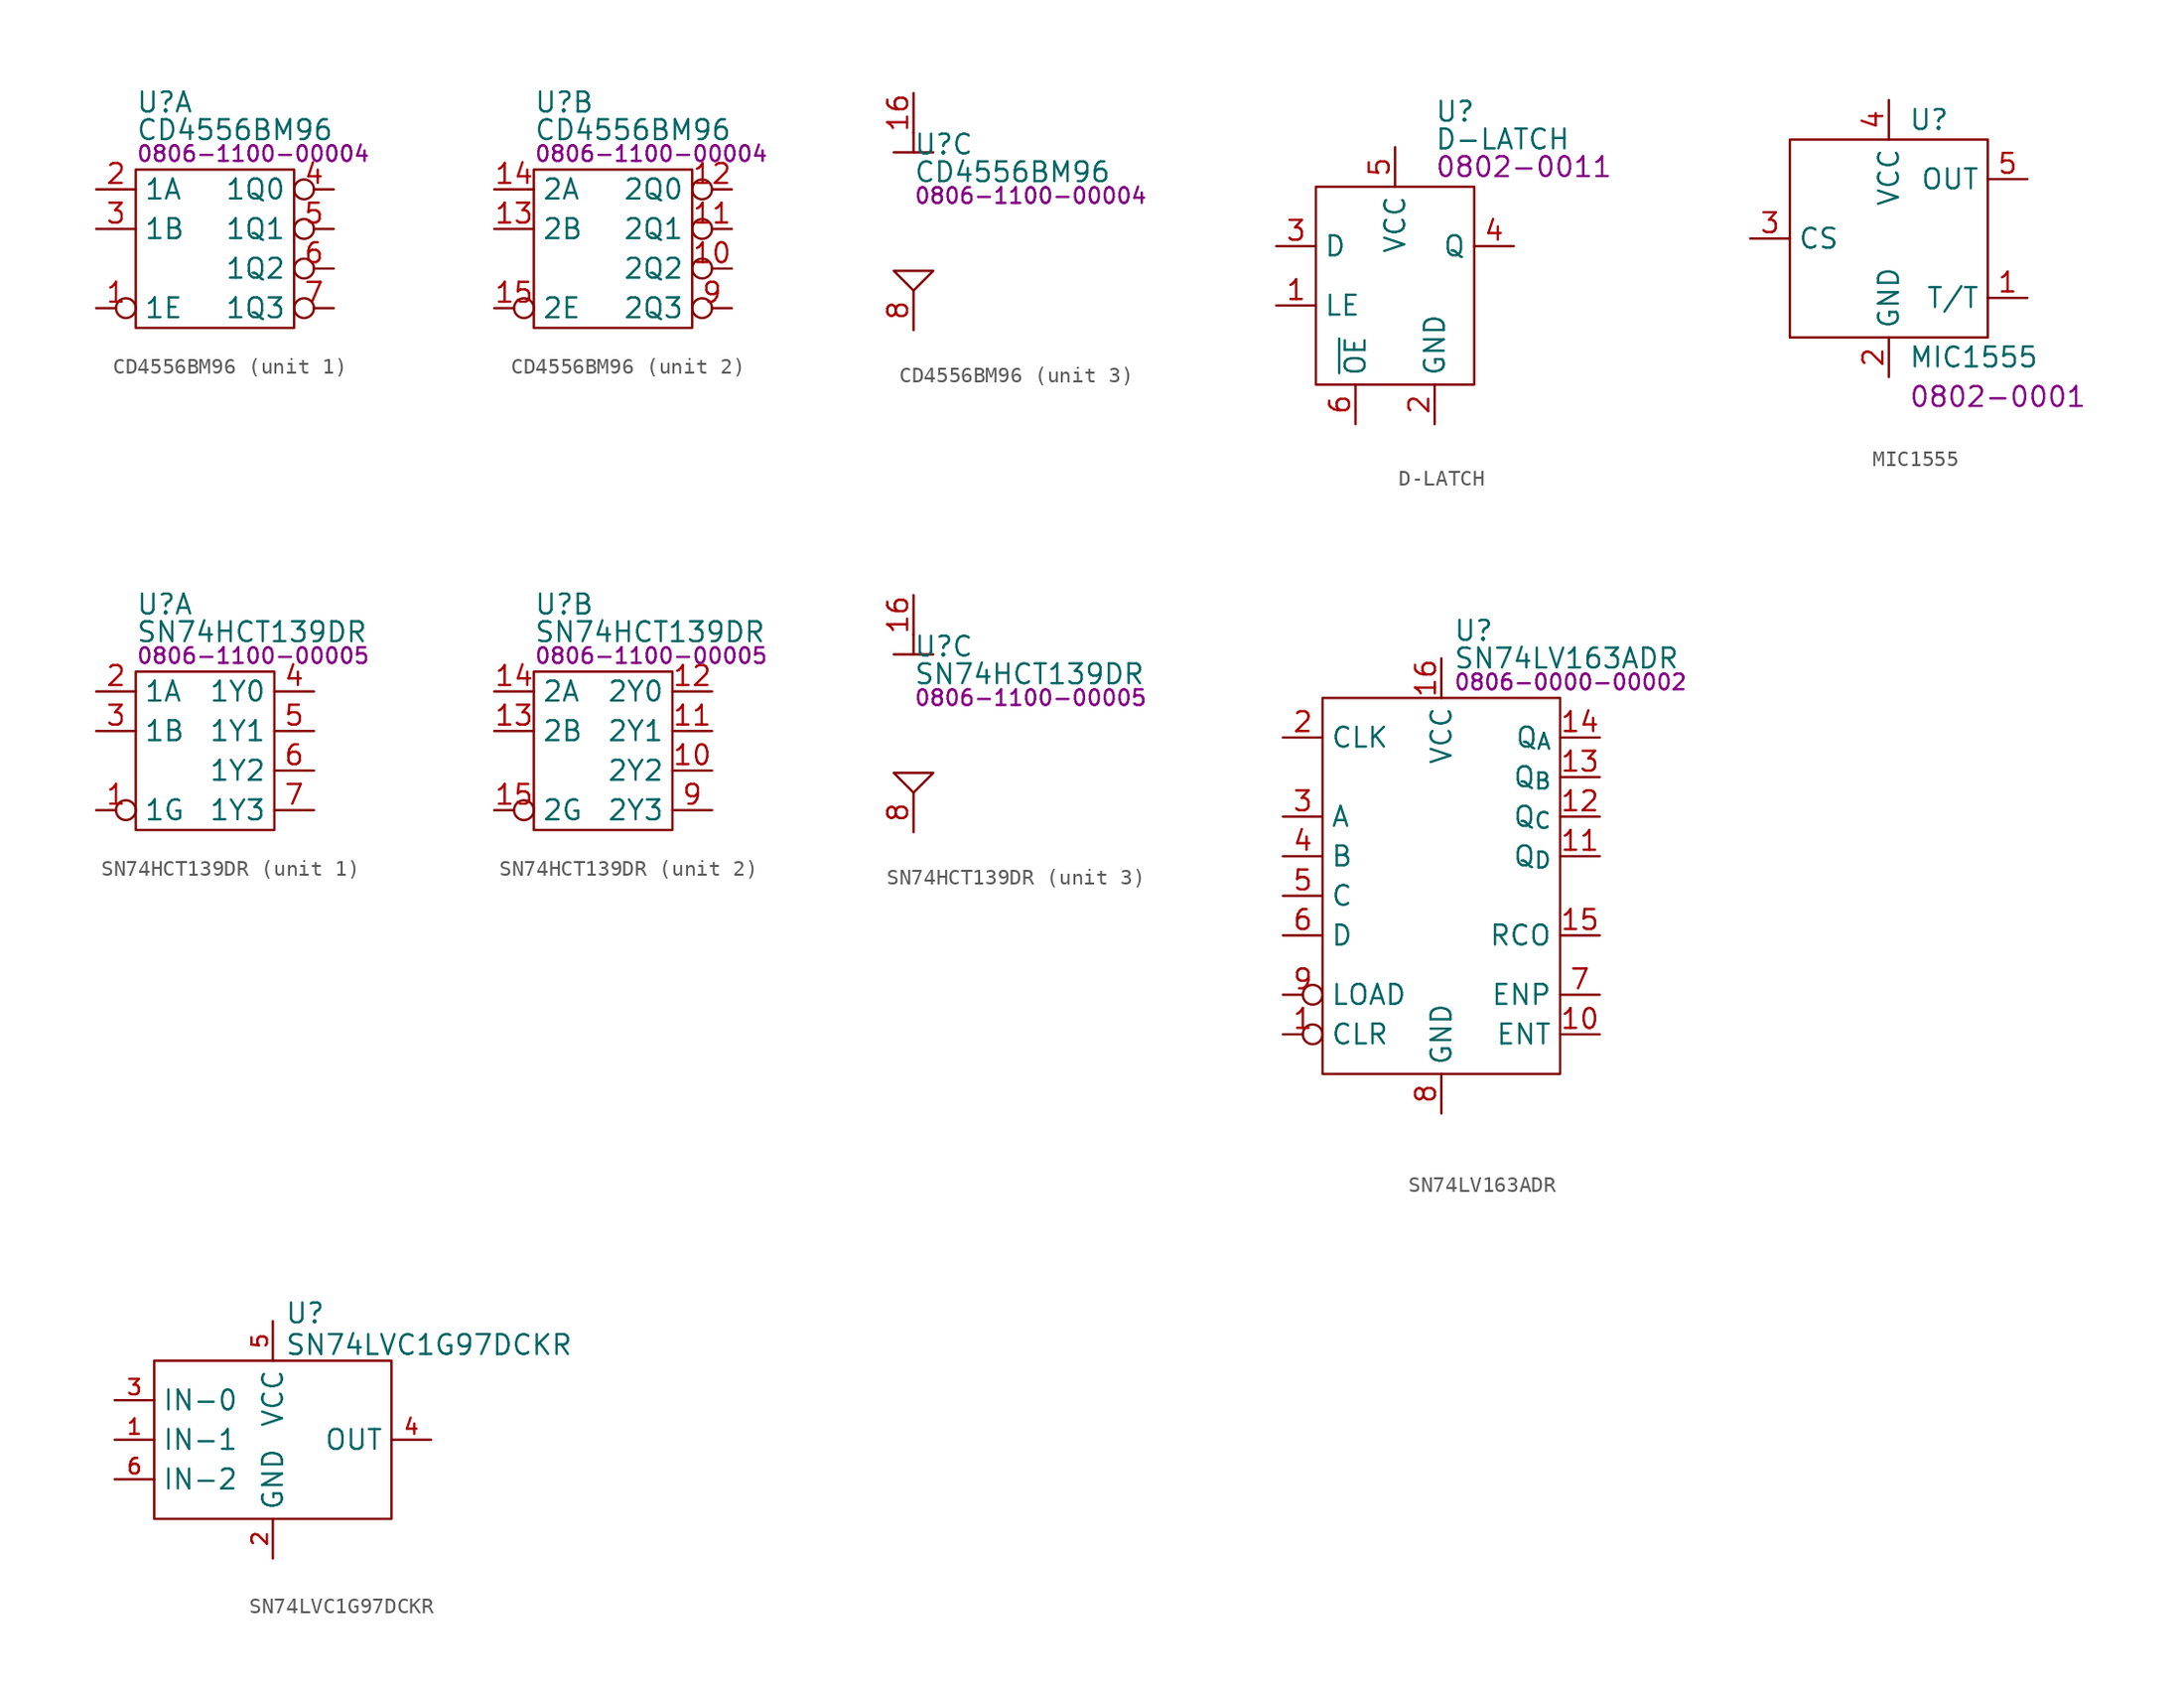
<source format=kicad_sym>
(kicad_symbol_lib
  (version 20231120)
  (generator "kicad_symbol_editor")
  (generator_version "8.0")
  (symbol "CD4556BM96"
    (property "Reference" "U"
      (at 0 4.318 0)
      (effects (font (size 1.27 1.27)) (justify left)))
    (property "Value" "CD4556BM96"
      (at 0 2.54 0)
      (effects (font (size 1.27 1.27)) (justify left)))
    (property "PartNumber" "0806-1100-00004"
      (at 0 1.016 0)
      (effects (font (size 1 1)) (justify left)))
    (property "ki_locked" ""
      (at 0 0 0)
      (effects (font (size 1.27 1.27))))
    (symbol "CD4556BM96_1_0"
      (rectangle (start 0 0) (end 10.16 -10.16) (stroke (width 0) (type default)) (fill (type none)))
      (pin input inverted (at -2.54 -8.89 0) (length 2.54) (name "1E" (effects (font (size 1.27 1.27)))) (number "1" (effects (font (size 1.27 1.27)))))
      (pin input line (at -2.54 -1.27 0) (length 2.54) (name "1A" (effects (font (size 1.27 1.27)))) (number "2" (effects (font (size 1.27 1.27)))))
      (pin input line (at -2.54 -3.81 0) (length 2.54) (name "1B" (effects (font (size 1.27 1.27)))) (number "3" (effects (font (size 1.27 1.27)))))
      (pin output inverted (at 12.7 -1.27 180) (length 2.54) (name "1Q0" (effects (font (size 1.27 1.27)))) (number "4" (effects (font (size 1.27 1.27)))))
      (pin output inverted (at 12.7 -3.81 180) (length 2.54) (name "1Q1" (effects (font (size 1.27 1.27)))) (number "5" (effects (font (size 1.27 1.27)))))
      (pin output inverted (at 12.7 -6.35 180) (length 2.54) (name "1Q2" (effects (font (size 1.27 1.27)))) (number "6" (effects (font (size 1.27 1.27)))))
      (pin output inverted (at 12.7 -8.89 180) (length 2.54) (name "1Q3" (effects (font (size 1.27 1.27)))) (number "7" (effects (font (size 1.27 1.27))))))
    (symbol "CD4556BM96_2_0"
      (rectangle (start 0 0) (end 10.16 -10.16) (stroke (width 0) (type default)) (fill (type none)))
      (pin output inverted (at 12.7 -6.35 180) (length 2.54) (name "2Q2" (effects (font (size 1.27 1.27)))) (number "10" (effects (font (size 1.27 1.27)))))
      (pin output inverted (at 12.7 -3.81 180) (length 2.54) (name "2Q1" (effects (font (size 1.27 1.27)))) (number "11" (effects (font (size 1.27 1.27)))))
      (pin output inverted (at 12.7 -1.27 180) (length 2.54) (name "2Q0" (effects (font (size 1.27 1.27)))) (number "12" (effects (font (size 1.27 1.27)))))
      (pin input line (at -2.54 -3.81 0) (length 2.54) (name "2B" (effects (font (size 1.27 1.27)))) (number "13" (effects (font (size 1.27 1.27)))))
      (pin input line (at -2.54 -1.27 0) (length 2.54) (name "2A" (effects (font (size 1.27 1.27)))) (number "14" (effects (font (size 1.27 1.27)))))
      (pin input inverted (at -2.54 -8.89 0) (length 2.54) (name "2E" (effects (font (size 1.27 1.27)))) (number "15" (effects (font (size 1.27 1.27)))))
      (pin output inverted (at 12.7 -8.89 180) (length 2.54) (name "2Q3" (effects (font (size 1.27 1.27)))) (number "9" (effects (font (size 1.27 1.27))))))
    (symbol "CD4556BM96_3_0"
      (polyline (pts (xy -1.27 3.81) (xy 1.27 3.81)) (stroke (width 0) (type default)) (fill (type none)))
      (polyline (pts (xy 0 5.08) (xy 0 3.81)) (stroke (width 0) (type default)) (fill (type none)))
      (polyline (pts (xy 0 -5.08) (xy -1.27 -3.81) (xy 1.27 -3.81) (xy 0 -5.08)) (stroke (width 0) (type default)) (fill (type none)))
      (pin power_in line (at 0 7.62 270) (length 2.54) (name "~" (effects (font (size 1.27 1.27)))) (number "16" (effects (font (size 1.27 1.27)))))
      (pin power_in line (at 0 -7.62 90) (length 2.54) (name "~" (effects (font (size 1.27 1.27)))) (number "8" (effects (font (size 1.27 1.27)))))))
  (symbol "D-LATCH"
    (property "Reference" "U"
      (at 2.54 11.176 0)
      (effects (font (size 1.27 1.27)) (justify left)))
    (property "Value" "D-LATCH"
      (at 2.54 9.398 0)
      (effects (font (size 1.27 1.27)) (justify left)))
    (property "PartNumber" "0802-0011"
      (at 2.54 7.62 0)
      (effects (font (size 1.27 1.27)) (justify left)))
    (symbol "D-LATCH_0_0"
      (pin input line (at -7.62 -1.27 0) (length 2.54) (name "LE" (effects (font (size 1.27 1.27)))) (number "1" (effects (font (size 1.27 1.27)))))
      (pin power_in line (at 2.54 -8.89 90) (length 2.54) (name "GND" (effects (font (size 1.27 1.27)))) (number "2" (effects (font (size 1.27 1.27)))))
      (pin input line (at -7.62 2.54 0) (length 2.54) (name "D" (effects (font (size 1.27 1.27)))) (number "3" (effects (font (size 1.27 1.27)))))
      (pin output line (at 7.62 2.54 180) (length 2.54) (name "Q" (effects (font (size 1.27 1.27)))) (number "4" (effects (font (size 1.27 1.27)))))
      (pin power_in line (at 0 8.89 270) (length 2.54) (name "VCC" (effects (font (size 1.27 1.27)))) (number "5" (effects (font (size 1.27 1.27)))))
      (pin input line (at -2.54 -8.89 90) (length 2.54) (name "~{OE}" (effects (font (size 1.27 1.27)))) (number "6" (effects (font (size 1.27 1.27))))))
    (symbol "D-LATCH_0_1"
      (rectangle (start -5.08 6.35) (end 5.08 -6.35) (stroke (width 0) (type default)) (fill (type none)))))
  (symbol "MIC1555"
    (property "Reference" "U"
      (at 7.62 1.27 0)
      (effects (font (size 1.27 1.27)) (justify left)))
    (property "Value" "MIC1555"
      (at 7.62 -13.97 0)
      (effects (font (size 1.27 1.27)) (justify left)))
    (property "PartNumber" "0802-0001"
      (at 7.62 -16.51 0)
      (effects (font (size 1.27 1.27)) (justify left)))
    (symbol "MIC1555_0_0"
      (rectangle (start 0 0) (end 12.7 -12.7) (stroke (width 0) (type default)) (fill (type none)))
      (pin tri_state line (at 15.24 -10.16 180) (length 2.54) (name "T/T" (effects (font (size 1.27 1.27)))) (number "1" (effects (font (size 1.27 1.27)))))
      (pin power_in line (at 6.35 -15.24 90) (length 2.54) (name "GND" (effects (font (size 1.27 1.27)))) (number "2" (effects (font (size 1.27 1.27)))))
      (pin input line (at -2.54 -6.35 0) (length 2.54) (name "CS" (effects (font (size 1.27 1.27)))) (number "3" (effects (font (size 1.27 1.27)))))
      (pin power_in line (at 6.35 2.54 270) (length 2.54) (name "VCC" (effects (font (size 1.27 1.27)))) (number "4" (effects (font (size 1.27 1.27)))))
      (pin output line (at 15.24 -2.54 180) (length 2.54) (name "OUT" (effects (font (size 1.27 1.27)))) (number "5" (effects (font (size 1.27 1.27)))))))
  (symbol "SN74HCT139DR"
    (property "Reference" "U"
      (at 0 4.318 0)
      (effects (font (size 1.27 1.27)) (justify left)))
    (property "Value" "SN74HCT139DR"
      (at 0 2.54 0)
      (effects (font (size 1.27 1.27)) (justify left)))
    (property "PartNumber" "0806-1100-00005"
      (at 0 1.016 0)
      (effects (font (size 1 1)) (justify left)))
    (property "ki_locked" ""
      (at 0 0 0)
      (effects (font (size 1.27 1.27))))
    (symbol "SN74HCT139DR_1_0"
      (rectangle (start 0 0) (end 8.89 -10.16) (stroke (width 0) (type default)) (fill (type none)))
      (pin input inverted (at -2.54 -8.89 0) (length 2.54) (name "1G" (effects (font (size 1.27 1.27)))) (number "1" (effects (font (size 1.27 1.27)))))
      (pin input line (at -2.54 -1.27 0) (length 2.54) (name "1A" (effects (font (size 1.27 1.27)))) (number "2" (effects (font (size 1.27 1.27)))))
      (pin input line (at -2.54 -3.81 0) (length 2.54) (name "1B" (effects (font (size 1.27 1.27)))) (number "3" (effects (font (size 1.27 1.27)))))
      (pin output line (at 11.43 -1.27 180) (length 2.54) (name "1Y0" (effects (font (size 1.27 1.27)))) (number "4" (effects (font (size 1.27 1.27)))))
      (pin output line (at 11.43 -3.81 180) (length 2.54) (name "1Y1" (effects (font (size 1.27 1.27)))) (number "5" (effects (font (size 1.27 1.27)))))
      (pin output line (at 11.43 -6.35 180) (length 2.54) (name "1Y2" (effects (font (size 1.27 1.27)))) (number "6" (effects (font (size 1.27 1.27)))))
      (pin output line (at 11.43 -8.89 180) (length 2.54) (name "1Y3" (effects (font (size 1.27 1.27)))) (number "7" (effects (font (size 1.27 1.27))))))
    (symbol "SN74HCT139DR_2_0"
      (rectangle (start 0 0) (end 8.89 -10.16) (stroke (width 0) (type default)) (fill (type none)))
      (pin output line (at 11.43 -6.35 180) (length 2.54) (name "2Y2" (effects (font (size 1.27 1.27)))) (number "10" (effects (font (size 1.27 1.27)))))
      (pin output line (at 11.43 -3.81 180) (length 2.54) (name "2Y1" (effects (font (size 1.27 1.27)))) (number "11" (effects (font (size 1.27 1.27)))))
      (pin output line (at 11.43 -1.27 180) (length 2.54) (name "2Y0" (effects (font (size 1.27 1.27)))) (number "12" (effects (font (size 1.27 1.27)))))
      (pin input line (at -2.54 -3.81 0) (length 2.54) (name "2B" (effects (font (size 1.27 1.27)))) (number "13" (effects (font (size 1.27 1.27)))))
      (pin input line (at -2.54 -1.27 0) (length 2.54) (name "2A" (effects (font (size 1.27 1.27)))) (number "14" (effects (font (size 1.27 1.27)))))
      (pin input inverted (at -2.54 -8.89 0) (length 2.54) (name "2G" (effects (font (size 1.27 1.27)))) (number "15" (effects (font (size 1.27 1.27)))))
      (pin output line (at 11.43 -8.89 180) (length 2.54) (name "2Y3" (effects (font (size 1.27 1.27)))) (number "9" (effects (font (size 1.27 1.27))))))
    (symbol "SN74HCT139DR_3_0"
      (polyline (pts (xy -1.27 3.81) (xy 1.27 3.81)) (stroke (width 0) (type default)) (fill (type none)))
      (polyline (pts (xy 0 5.08) (xy 0 3.81)) (stroke (width 0) (type default)) (fill (type none)))
      (polyline (pts (xy -1.27 -3.81) (xy 1.27 -3.81) (xy 0 -5.08) (xy -1.27 -3.81)) (stroke (width 0) (type default)) (fill (type none)))
      (pin power_in line (at 0 7.62 270) (length 2.54) (name "~" (effects (font (size 1.27 1.27)))) (number "16" (effects (font (size 1.27 1.27)))))
      (pin power_in line (at 0 -7.62 90) (length 2.54) (name "~" (effects (font (size 1.27 1.27)))) (number "8" (effects (font (size 1.27 1.27)))))))
  (symbol "SN74LV163ADR"
    (property "Reference" "U"
      (at 8.382 4.318 0)
      (effects (font (size 1.27 1.27)) (justify left)))
    (property "Value" "SN74LV163ADR"
      (at 8.382 2.54 0)
      (effects (font (size 1.27 1.27)) (justify left)))
    (property "PartNumber" "0806-0000-00002"
      (at 8.382 1.016 0)
      (effects (font (size 1 1)) (justify left)))
    (symbol "SN74LV163ADR_0_0"
      (rectangle (start 0 0) (end 15.24 -24.13) (stroke (width 0) (type default)) (fill (type none)))
      (pin input inverted (at -2.54 -21.59 0) (length 2.54) (name "CLR" (effects (font (size 1.27 1.27)))) (number "1" (effects (font (size 1.27 1.27)))))
      (pin input line (at 17.78 -21.59 180) (length 2.54) (name "ENT" (effects (font (size 1.27 1.27)))) (number "10" (effects (font (size 1.27 1.27)))))
      (pin output line (at 17.78 -10.16 180) (length 2.54) (name "Q_{D}" (effects (font (size 1.27 1.27)))) (number "11" (effects (font (size 1.27 1.27)))))
      (pin output line (at 17.78 -7.62 180) (length 2.54) (name "Q_{C}" (effects (font (size 1.27 1.27)))) (number "12" (effects (font (size 1.27 1.27)))))
      (pin output line (at 17.78 -5.08 180) (length 2.54) (name "Q_{B}" (effects (font (size 1.27 1.27)))) (number "13" (effects (font (size 1.27 1.27)))))
      (pin output line (at 17.78 -2.54 180) (length 2.54) (name "Q_{A}" (effects (font (size 1.27 1.27)))) (number "14" (effects (font (size 1.27 1.27)))))
      (pin output line (at 17.78 -15.24 180) (length 2.54) (name "RCO" (effects (font (size 1.27 1.27)))) (number "15" (effects (font (size 1.27 1.27)))))
      (pin power_in line (at 7.62 2.54 270) (length 2.54) (name "VCC" (effects (font (size 1.27 1.27)))) (number "16" (effects (font (size 1.27 1.27)))))
      (pin input line (at -2.54 -2.54 0) (length 2.54) (name "CLK" (effects (font (size 1.27 1.27)))) (number "2" (effects (font (size 1.27 1.27)))))
      (pin input line (at -2.54 -7.62 0) (length 2.54) (name "A" (effects (font (size 1.27 1.27)))) (number "3" (effects (font (size 1.27 1.27)))))
      (pin input line (at -2.54 -10.16 0) (length 2.54) (name "B" (effects (font (size 1.27 1.27)))) (number "4" (effects (font (size 1.27 1.27)))))
      (pin input line (at -2.54 -12.7 0) (length 2.54) (name "C" (effects (font (size 1.27 1.27)))) (number "5" (effects (font (size 1.27 1.27)))))
      (pin input line (at -2.54 -15.24 0) (length 2.54) (name "D" (effects (font (size 1.27 1.27)))) (number "6" (effects (font (size 1.27 1.27)))))
      (pin input line (at 17.78 -19.05 180) (length 2.54) (name "ENP" (effects (font (size 1.27 1.27)))) (number "7" (effects (font (size 1.27 1.27)))))
      (pin power_in line (at 7.62 -26.67 90) (length 2.54) (name "GND" (effects (font (size 1.27 1.27)))) (number "8" (effects (font (size 1.27 1.27)))))
      (pin input inverted (at -2.54 -19.05 0) (length 2.54) (name "LOAD" (effects (font (size 1.27 1.27)))) (number "9" (effects (font (size 1.27 1.27)))))))
  (symbol "SN74LVC1G97DCKR"
    (property "Reference" "U"
      (at 8.382 3.048 0)
      (effects (font (size 1.27 1.27)) (justify left)))
    (property "Value" "SN74LVC1G97DCKR"
      (at 8.382 1.016 0)
      (effects (font (size 1.27 1.27)) (justify left)))
    (symbol "SN74LVC1G97DCKR_0_0"
      (pin input line (at -2.54 -5.08 0) (length 2.54) (name "IN-1" (effects (font (size 1.27 1.27)))) (number "1" (effects (font (size 0.991 0.991)))))
      (pin power_in line (at 7.62 -12.7 90) (length 2.54) (name "GND" (effects (font (size 1.27 1.27)))) (number "2" (effects (font (size 0.991 0.991)))))
      (pin input line (at -2.54 -2.54 0) (length 2.54) (name "IN-0" (effects (font (size 1.27 1.27)))) (number "3" (effects (font (size 0.991 0.991)))))
      (pin output line (at 17.78 -5.08 180) (length 2.54) (name "OUT" (effects (font (size 1.27 1.27)))) (number "4" (effects (font (size 0.991 0.991)))))
      (pin power_in line (at 7.62 2.54 270) (length 2.54) (name "VCC" (effects (font (size 1.27 1.27)))) (number "5" (effects (font (size 0.991 0.991)))))
      (pin input line (at -2.54 -7.62 0) (length 2.54) (name "IN-2" (effects (font (size 1.27 1.27)))) (number "6" (effects (font (size 0.991 0.991))))))
    (symbol "SN74LVC1G97DCKR_0_1"
      (rectangle (start 0 0) (end 15.24 -10.16) (stroke (width 0) (type default)) (fill (type none))))))
</source>
